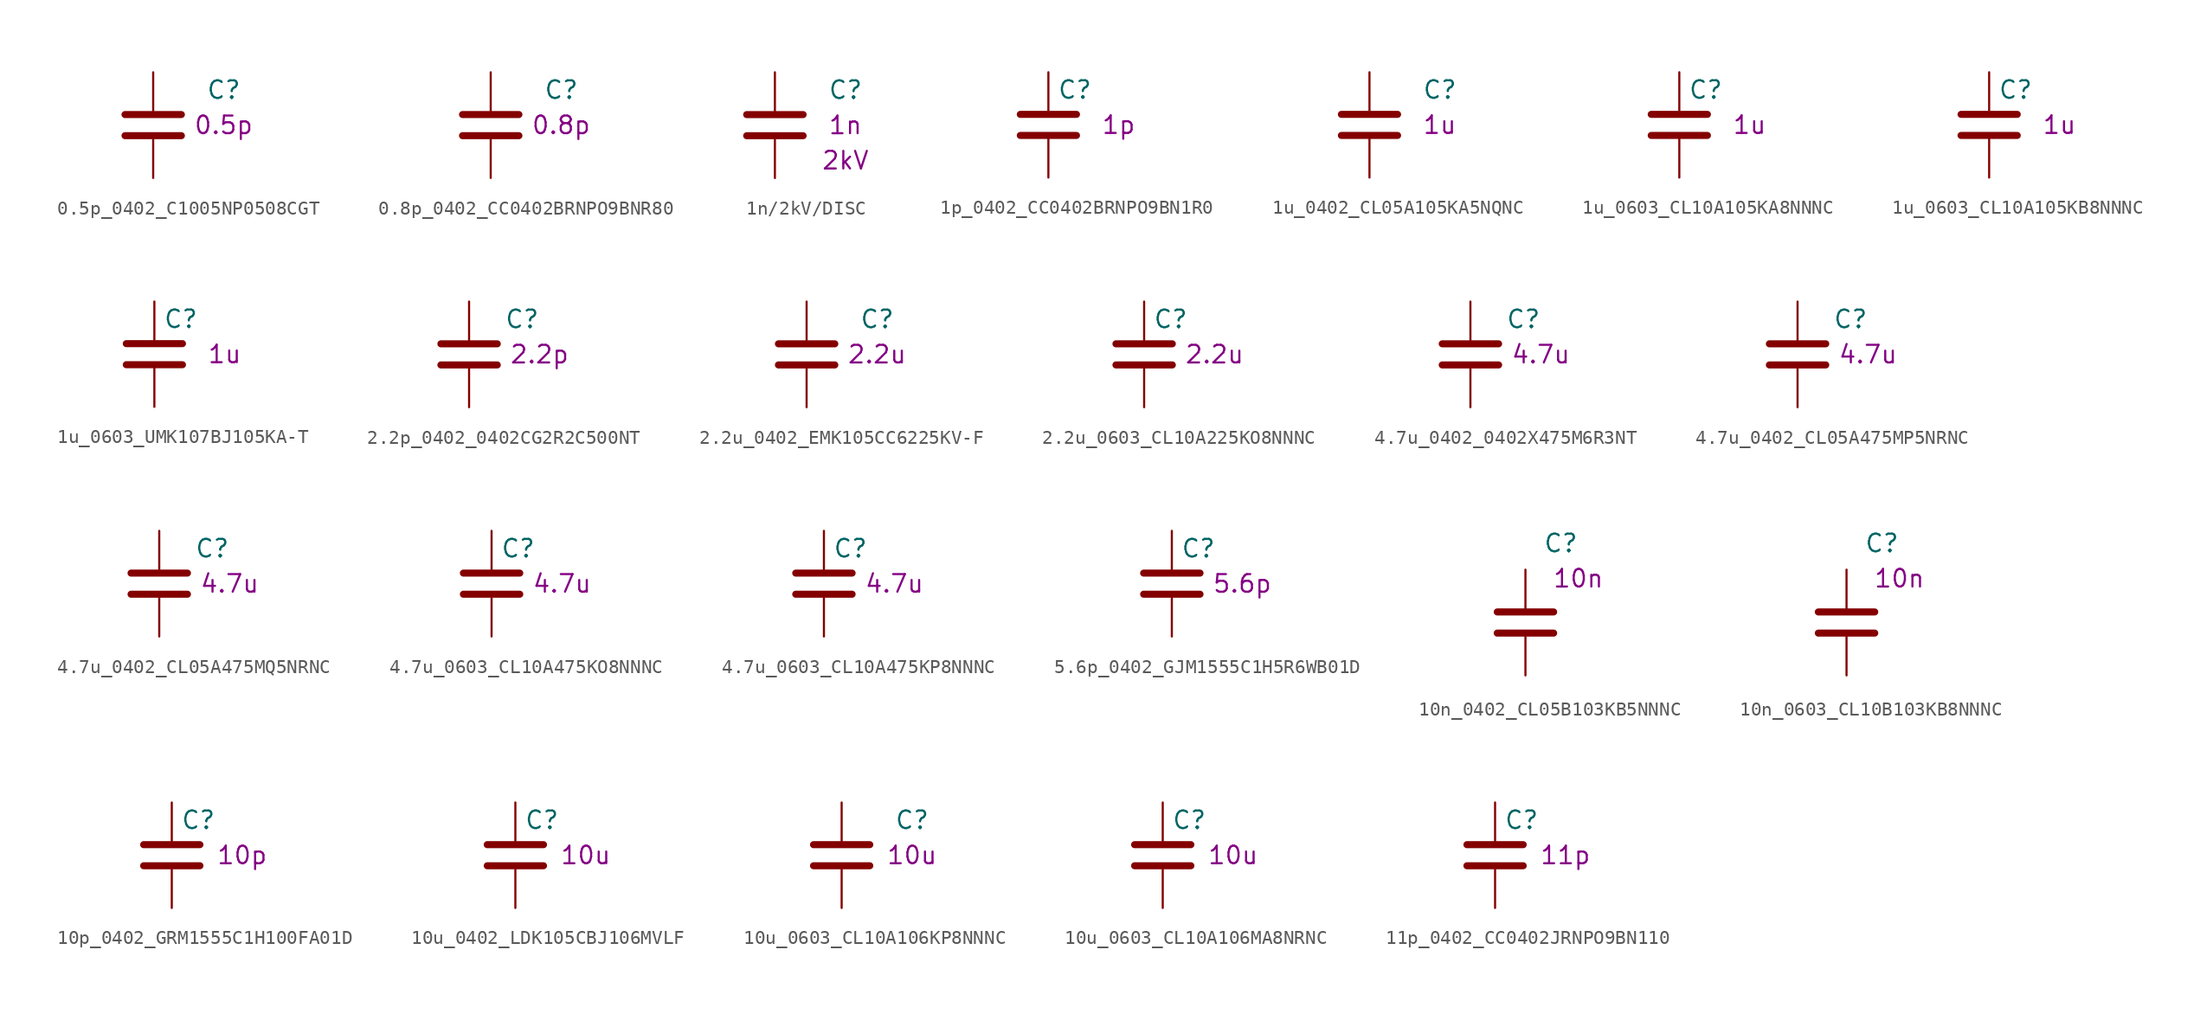
<source format=kicad_sym>
(kicad_symbol_lib
  (version 20231120)
  (generator "kicad_symbol_editor")
  (generator_version "8.0")
  (symbol "0.5p_0402_C1005NP0508CGT"
    (pin_numbers hide)
    (pin_names
      (offset 0.254))
    (property "Reference" "C"
      (at 3.81 2.54 0)
      (effects (font (size 1.27 1.27)) (justify left)))
    (property "UserValue" "0.5p"
      (at 5.08 0 0)
      (effects (font (size 1.27 1.27))))
    (symbol "0.5p_0402_C1005NP0508CGT_0_1"
      (polyline (pts (xy -2.032 -0.762) (xy 2.032 -0.762)) (stroke (width 0.508) (type default)) (fill (type none)))
      (polyline (pts (xy -2.032 0.762) (xy 2.032 0.762)) (stroke (width 0.508) (type default)) (fill (type none))))
    (symbol "0.5p_0402_C1005NP0508CGT_1_1"
      (pin passive line (at 0 3.81 270) (length 2.794) (name "~" (effects (font (size 1.27 1.27)))) (number "1" (effects (font (size 1.27 1.27)))))
      (pin passive line (at 0 -3.81 90) (length 2.794) (name "~" (effects (font (size 1.27 1.27)))) (number "2" (effects (font (size 1.27 1.27)))))))
  (symbol "0.8p_0402_CC0402BRNPO9BNR80"
    (pin_numbers hide)
    (pin_names
      (offset 0.254))
    (property "Reference" "C"
      (at 3.81 2.54 0)
      (effects (font (size 1.27 1.27)) (justify left)))
    (property "UserValue" "0.8p"
      (at 5.08 0 0)
      (effects (font (size 1.27 1.27))))
    (symbol "0.8p_0402_CC0402BRNPO9BNR80_0_1"
      (polyline (pts (xy -2.032 -0.762) (xy 2.032 -0.762)) (stroke (width 0.508) (type default)) (fill (type none)))
      (polyline (pts (xy -2.032 0.762) (xy 2.032 0.762)) (stroke (width 0.508) (type default)) (fill (type none))))
    (symbol "0.8p_0402_CC0402BRNPO9BNR80_1_1"
      (pin passive line (at 0 3.81 270) (length 2.794) (name "~" (effects (font (size 1.27 1.27)))) (number "1" (effects (font (size 1.27 1.27)))))
      (pin passive line (at 0 -3.81 90) (length 2.794) (name "~" (effects (font (size 1.27 1.27)))) (number "2" (effects (font (size 1.27 1.27)))))))
  (symbol "1n/2kV/DISC"
    (pin_numbers hide)
    (pin_names
      (offset 0.254))
    (property "Reference" "C"
      (at 3.81 2.54 0)
      (effects (font (size 1.27 1.27)) (justify left)))
    (property "UserValue" "1n"
      (at 5.08 0 0)
      (effects (font (size 1.27 1.27))))
    (property "Rating" "2kV"
      (at 5.08 -2.54 0)
      (effects (font (size 1.27 1.27))))
    (symbol "1n/2kV/DISC_0_1"
      (polyline (pts (xy -2.032 -0.762) (xy 2.032 -0.762)) (stroke (width 0.508) (type default)) (fill (type none)))
      (polyline (pts (xy -2.032 0.762) (xy 2.032 0.762)) (stroke (width 0.508) (type default)) (fill (type none))))
    (symbol "1n/2kV/DISC_1_1"
      (pin passive line (at 0 3.81 270) (length 2.794) (name "~" (effects (font (size 1.27 1.27)))) (number "1" (effects (font (size 1.27 1.27)))))
      (pin passive line (at 0 -3.81 90) (length 2.794) (name "~" (effects (font (size 1.27 1.27)))) (number "2" (effects (font (size 1.27 1.27)))))))
  (symbol "1p_0402_CC0402BRNPO9BN1R0"
    (pin_numbers hide)
    (pin_names
      (offset 0.254))
    (property "Reference" "C"
      (at 0.635 2.54 0)
      (effects (font (size 1.27 1.27)) (justify left)))
    (property "UserValue" "1p"
      (at 5.08 0 0)
      (effects (font (size 1.27 1.27))))
    (symbol "1p_0402_CC0402BRNPO9BN1R0_0_1"
      (polyline (pts (xy -2.032 -0.762) (xy 2.032 -0.762)) (stroke (width 0.508) (type default)) (fill (type none)))
      (polyline (pts (xy -2.032 0.762) (xy 2.032 0.762)) (stroke (width 0.508) (type default)) (fill (type none))))
    (symbol "1p_0402_CC0402BRNPO9BN1R0_1_1"
      (pin passive line (at 0 3.81 270) (length 2.794) (name "~" (effects (font (size 1.27 1.27)))) (number "1" (effects (font (size 1.27 1.27)))))
      (pin passive line (at 0 -3.81 90) (length 2.794) (name "~" (effects (font (size 1.27 1.27)))) (number "2" (effects (font (size 1.27 1.27)))))))
  (symbol "1u_0402_CL05A105KA5NQNC"
    (pin_numbers hide)
    (pin_names
      (offset 0.254))
    (property "Reference" "C"
      (at 3.81 2.54 0)
      (effects (font (size 1.27 1.27)) (justify left)))
    (property "UserValue" "1u"
      (at 5.08 0 0)
      (effects (font (size 1.27 1.27))))
    (symbol "1u_0402_CL05A105KA5NQNC_0_1"
      (polyline (pts (xy -2.032 -0.762) (xy 2.032 -0.762)) (stroke (width 0.508) (type default)) (fill (type none)))
      (polyline (pts (xy -2.032 0.762) (xy 2.032 0.762)) (stroke (width 0.508) (type default)) (fill (type none))))
    (symbol "1u_0402_CL05A105KA5NQNC_1_1"
      (pin passive line (at 0 3.81 270) (length 2.794) (name "~" (effects (font (size 1.27 1.27)))) (number "1" (effects (font (size 1.27 1.27)))))
      (pin passive line (at 0 -3.81 90) (length 2.794) (name "~" (effects (font (size 1.27 1.27)))) (number "2" (effects (font (size 1.27 1.27)))))))
  (symbol "1u_0603_CL10A105KA8NNNC"
    (pin_numbers hide)
    (pin_names
      (offset 0.254))
    (property "Reference" "C"
      (at 0.635 2.54 0)
      (effects (font (size 1.27 1.27)) (justify left)))
    (property "UserValue" "1u"
      (at 5.08 0 0)
      (effects (font (size 1.27 1.27))))
    (symbol "1u_0603_CL10A105KA8NNNC_0_1"
      (polyline (pts (xy -2.032 -0.762) (xy 2.032 -0.762)) (stroke (width 0.508) (type default)) (fill (type none)))
      (polyline (pts (xy -2.032 0.762) (xy 2.032 0.762)) (stroke (width 0.508) (type default)) (fill (type none))))
    (symbol "1u_0603_CL10A105KA8NNNC_1_1"
      (pin passive line (at 0 3.81 270) (length 2.794) (name "~" (effects (font (size 1.27 1.27)))) (number "1" (effects (font (size 1.27 1.27)))))
      (pin passive line (at 0 -3.81 90) (length 2.794) (name "~" (effects (font (size 1.27 1.27)))) (number "2" (effects (font (size 1.27 1.27)))))))
  (symbol "1u_0603_CL10A105KB8NNNC"
    (pin_numbers hide)
    (pin_names
      (offset 0.254))
    (property "Reference" "C"
      (at 0.635 2.54 0)
      (effects (font (size 1.27 1.27)) (justify left)))
    (property "UserValue" "1u"
      (at 5.08 0 0)
      (effects (font (size 1.27 1.27))))
    (symbol "1u_0603_CL10A105KB8NNNC_0_1"
      (polyline (pts (xy -2.032 -0.762) (xy 2.032 -0.762)) (stroke (width 0.508) (type default)) (fill (type none)))
      (polyline (pts (xy -2.032 0.762) (xy 2.032 0.762)) (stroke (width 0.508) (type default)) (fill (type none))))
    (symbol "1u_0603_CL10A105KB8NNNC_1_1"
      (pin passive line (at 0 3.81 270) (length 2.794) (name "~" (effects (font (size 1.27 1.27)))) (number "1" (effects (font (size 1.27 1.27)))))
      (pin passive line (at 0 -3.81 90) (length 2.794) (name "~" (effects (font (size 1.27 1.27)))) (number "2" (effects (font (size 1.27 1.27)))))))
  (symbol "1u_0603_UMK107BJ105KA-T"
    (pin_numbers hide)
    (pin_names
      (offset 0.254))
    (property "Reference" "C"
      (at 0.635 2.54 0)
      (effects (font (size 1.27 1.27)) (justify left)))
    (property "UserValue" "1u"
      (at 5.08 0 0)
      (effects (font (size 1.27 1.27))))
    (symbol "1u_0603_UMK107BJ105KA-T_0_1"
      (polyline (pts (xy -2.032 -0.762) (xy 2.032 -0.762)) (stroke (width 0.508) (type default)) (fill (type none)))
      (polyline (pts (xy -2.032 0.762) (xy 2.032 0.762)) (stroke (width 0.508) (type default)) (fill (type none))))
    (symbol "1u_0603_UMK107BJ105KA-T_1_1"
      (pin passive line (at 0 3.81 270) (length 2.794) (name "~" (effects (font (size 1.27 1.27)))) (number "1" (effects (font (size 1.27 1.27)))))
      (pin passive line (at 0 -3.81 90) (length 2.794) (name "~" (effects (font (size 1.27 1.27)))) (number "2" (effects (font (size 1.27 1.27)))))))
  (symbol "2.2p_0402_0402CG2R2C500NT"
    (pin_numbers hide)
    (pin_names
      (offset 0.254))
    (property "Reference" "C"
      (at 2.54 2.54 0)
      (effects (font (size 1.27 1.27)) (justify left)))
    (property "UserValue" "2.2p"
      (at 5.08 0 0)
      (effects (font (size 1.27 1.27))))
    (symbol "2.2p_0402_0402CG2R2C500NT_0_1"
      (polyline (pts (xy -2.032 -0.762) (xy 2.032 -0.762)) (stroke (width 0.508) (type default)) (fill (type none)))
      (polyline (pts (xy -2.032 0.762) (xy 2.032 0.762)) (stroke (width 0.508) (type default)) (fill (type none))))
    (symbol "2.2p_0402_0402CG2R2C500NT_1_1"
      (pin passive line (at 0 3.81 270) (length 2.794) (name "~" (effects (font (size 1.27 1.27)))) (number "1" (effects (font (size 1.27 1.27)))))
      (pin passive line (at 0 -3.81 90) (length 2.794) (name "~" (effects (font (size 1.27 1.27)))) (number "2" (effects (font (size 1.27 1.27)))))))
  (symbol "2.2u_0402_EMK105CC6225KV-F"
    (pin_numbers hide)
    (pin_names
      (offset 0.254))
    (property "Reference" "C"
      (at 3.81 2.54 0)
      (effects (font (size 1.27 1.27)) (justify left)))
    (property "UserValue" "2.2u"
      (at 5.08 0 0)
      (effects (font (size 1.27 1.27))))
    (symbol "2.2u_0402_EMK105CC6225KV-F_0_1"
      (polyline (pts (xy -2.032 -0.762) (xy 2.032 -0.762)) (stroke (width 0.508) (type default)) (fill (type none)))
      (polyline (pts (xy -2.032 0.762) (xy 2.032 0.762)) (stroke (width 0.508) (type default)) (fill (type none))))
    (symbol "2.2u_0402_EMK105CC6225KV-F_1_1"
      (pin passive line (at 0 3.81 270) (length 2.794) (name "~" (effects (font (size 1.27 1.27)))) (number "1" (effects (font (size 1.27 1.27)))))
      (pin passive line (at 0 -3.81 90) (length 2.794) (name "~" (effects (font (size 1.27 1.27)))) (number "2" (effects (font (size 1.27 1.27)))))))
  (symbol "2.2u_0603_CL10A225KO8NNNC"
    (pin_numbers hide)
    (pin_names
      (offset 0.254))
    (property "Reference" "C"
      (at 0.635 2.54 0)
      (effects (font (size 1.27 1.27)) (justify left)))
    (property "UserValue" "2.2u"
      (at 5.08 0 0)
      (effects (font (size 1.27 1.27))))
    (symbol "2.2u_0603_CL10A225KO8NNNC_0_1"
      (polyline (pts (xy -2.032 -0.762) (xy 2.032 -0.762)) (stroke (width 0.508) (type default)) (fill (type none)))
      (polyline (pts (xy -2.032 0.762) (xy 2.032 0.762)) (stroke (width 0.508) (type default)) (fill (type none))))
    (symbol "2.2u_0603_CL10A225KO8NNNC_1_1"
      (pin passive line (at 0 3.81 270) (length 2.794) (name "~" (effects (font (size 1.27 1.27)))) (number "1" (effects (font (size 1.27 1.27)))))
      (pin passive line (at 0 -3.81 90) (length 2.794) (name "~" (effects (font (size 1.27 1.27)))) (number "2" (effects (font (size 1.27 1.27)))))))
  (symbol "4.7u_0402_0402X475M6R3NT"
    (pin_numbers hide)
    (pin_names
      (offset 0.254))
    (property "Reference" "C"
      (at 2.54 2.54 0)
      (effects (font (size 1.27 1.27)) (justify left)))
    (property "UserValue" "4.7u"
      (at 5.08 0 0)
      (effects (font (size 1.27 1.27))))
    (symbol "4.7u_0402_0402X475M6R3NT_0_1"
      (polyline (pts (xy -2.032 -0.762) (xy 2.032 -0.762)) (stroke (width 0.508) (type default)) (fill (type none)))
      (polyline (pts (xy -2.032 0.762) (xy 2.032 0.762)) (stroke (width 0.508) (type default)) (fill (type none))))
    (symbol "4.7u_0402_0402X475M6R3NT_1_1"
      (pin passive line (at 0 3.81 270) (length 2.794) (name "~" (effects (font (size 1.27 1.27)))) (number "1" (effects (font (size 1.27 1.27)))))
      (pin passive line (at 0 -3.81 90) (length 2.794) (name "~" (effects (font (size 1.27 1.27)))) (number "2" (effects (font (size 1.27 1.27)))))))
  (symbol "4.7u_0402_CL05A475MP5NRNC"
    (pin_numbers hide)
    (pin_names
      (offset 0.254))
    (property "Reference" "C"
      (at 2.54 2.54 0)
      (effects (font (size 1.27 1.27)) (justify left)))
    (property "UserValue" "4.7u"
      (at 5.08 0 0)
      (effects (font (size 1.27 1.27))))
    (symbol "4.7u_0402_CL05A475MP5NRNC_0_1"
      (polyline (pts (xy -2.032 -0.762) (xy 2.032 -0.762)) (stroke (width 0.508) (type default)) (fill (type none)))
      (polyline (pts (xy -2.032 0.762) (xy 2.032 0.762)) (stroke (width 0.508) (type default)) (fill (type none))))
    (symbol "4.7u_0402_CL05A475MP5NRNC_1_1"
      (pin passive line (at 0 3.81 270) (length 2.794) (name "~" (effects (font (size 1.27 1.27)))) (number "1" (effects (font (size 1.27 1.27)))))
      (pin passive line (at 0 -3.81 90) (length 2.794) (name "~" (effects (font (size 1.27 1.27)))) (number "2" (effects (font (size 1.27 1.27)))))))
  (symbol "4.7u_0402_CL05A475MQ5NRNC"
    (pin_numbers hide)
    (pin_names
      (offset 0.254))
    (property "Reference" "C"
      (at 2.54 2.54 0)
      (effects (font (size 1.27 1.27)) (justify left)))
    (property "UserValue" "4.7u"
      (at 5.08 0 0)
      (effects (font (size 1.27 1.27))))
    (symbol "4.7u_0402_CL05A475MQ5NRNC_0_1"
      (polyline (pts (xy -2.032 -0.762) (xy 2.032 -0.762)) (stroke (width 0.508) (type default)) (fill (type none)))
      (polyline (pts (xy -2.032 0.762) (xy 2.032 0.762)) (stroke (width 0.508) (type default)) (fill (type none))))
    (symbol "4.7u_0402_CL05A475MQ5NRNC_1_1"
      (pin passive line (at 0 3.81 270) (length 2.794) (name "~" (effects (font (size 1.27 1.27)))) (number "1" (effects (font (size 1.27 1.27)))))
      (pin passive line (at 0 -3.81 90) (length 2.794) (name "~" (effects (font (size 1.27 1.27)))) (number "2" (effects (font (size 1.27 1.27)))))))
  (symbol "4.7u_0603_CL10A475KO8NNNC"
    (pin_numbers hide)
    (pin_names
      (offset 0.254))
    (property "Reference" "C"
      (at 0.635 2.54 0)
      (effects (font (size 1.27 1.27)) (justify left)))
    (property "UserValue" "4.7u"
      (at 5.08 0 0)
      (effects (font (size 1.27 1.27))))
    (symbol "4.7u_0603_CL10A475KO8NNNC_0_1"
      (polyline (pts (xy -2.032 -0.762) (xy 2.032 -0.762)) (stroke (width 0.508) (type default)) (fill (type none)))
      (polyline (pts (xy -2.032 0.762) (xy 2.032 0.762)) (stroke (width 0.508) (type default)) (fill (type none))))
    (symbol "4.7u_0603_CL10A475KO8NNNC_1_1"
      (pin passive line (at 0 3.81 270) (length 2.794) (name "~" (effects (font (size 1.27 1.27)))) (number "1" (effects (font (size 1.27 1.27)))))
      (pin passive line (at 0 -3.81 90) (length 2.794) (name "~" (effects (font (size 1.27 1.27)))) (number "2" (effects (font (size 1.27 1.27)))))))
  (symbol "4.7u_0603_CL10A475KP8NNNC"
    (pin_numbers hide)
    (pin_names
      (offset 0.254))
    (property "Reference" "C"
      (at 0.635 2.54 0)
      (effects (font (size 1.27 1.27)) (justify left)))
    (property "UserValue" "4.7u"
      (at 5.08 0 0)
      (effects (font (size 1.27 1.27))))
    (symbol "4.7u_0603_CL10A475KP8NNNC_0_1"
      (polyline (pts (xy -2.032 -0.762) (xy 2.032 -0.762)) (stroke (width 0.508) (type default)) (fill (type none)))
      (polyline (pts (xy -2.032 0.762) (xy 2.032 0.762)) (stroke (width 0.508) (type default)) (fill (type none))))
    (symbol "4.7u_0603_CL10A475KP8NNNC_1_1"
      (pin passive line (at 0 3.81 270) (length 2.794) (name "~" (effects (font (size 1.27 1.27)))) (number "1" (effects (font (size 1.27 1.27)))))
      (pin passive line (at 0 -3.81 90) (length 2.794) (name "~" (effects (font (size 1.27 1.27)))) (number "2" (effects (font (size 1.27 1.27)))))))
  (symbol "5.6p_0402_GJM1555C1H5R6WB01D"
    (pin_numbers hide)
    (pin_names
      (offset 0.254))
    (property "Reference" "C"
      (at 0.635 2.54 0)
      (effects (font (size 1.27 1.27)) (justify left)))
    (property "UserValue" "5.6p"
      (at 5.08 0 0)
      (effects (font (size 1.27 1.27))))
    (symbol "5.6p_0402_GJM1555C1H5R6WB01D_0_1"
      (polyline (pts (xy -2.032 -0.762) (xy 2.032 -0.762)) (stroke (width 0.508) (type default)) (fill (type none)))
      (polyline (pts (xy -2.032 0.762) (xy 2.032 0.762)) (stroke (width 0.508) (type default)) (fill (type none))))
    (symbol "5.6p_0402_GJM1555C1H5R6WB01D_1_1"
      (pin passive line (at 0 3.81 270) (length 2.794) (name "~" (effects (font (size 1.27 1.27)))) (number "1" (effects (font (size 1.27 1.27)))))
      (pin passive line (at 0 -3.81 90) (length 2.794) (name "~" (effects (font (size 1.27 1.27)))) (number "2" (effects (font (size 1.27 1.27)))))))
  (symbol "10n_0402_CL05B103KB5NNNC"
    (pin_numbers hide)
    (pin_names
      (offset 0.254))
    (property "Reference" "C"
      (at 1.27 5.715 0)
      (effects (font (size 1.27 1.27)) (justify left)))
    (property "UserValue" "10n"
      (at 3.81 3.175 0)
      (effects (font (size 1.27 1.27))))
    (symbol "10n_0402_CL05B103KB5NNNC_0_1"
      (polyline (pts (xy -2.032 -0.762) (xy 2.032 -0.762)) (stroke (width 0.508) (type default)) (fill (type none)))
      (polyline (pts (xy -2.032 0.762) (xy 2.032 0.762)) (stroke (width 0.508) (type default)) (fill (type none))))
    (symbol "10n_0402_CL05B103KB5NNNC_1_1"
      (pin passive line (at 0 3.81 270) (length 2.794) (name "~" (effects (font (size 1.27 1.27)))) (number "1" (effects (font (size 1.27 1.27)))))
      (pin passive line (at 0 -3.81 90) (length 2.794) (name "~" (effects (font (size 1.27 1.27)))) (number "2" (effects (font (size 1.27 1.27)))))))
  (symbol "10n_0603_CL10B103KB8NNNC"
    (pin_numbers hide)
    (pin_names
      (offset 0.254))
    (property "Reference" "C"
      (at 1.27 5.715 0)
      (effects (font (size 1.27 1.27)) (justify left)))
    (property "UserValue" "10n"
      (at 3.81 3.175 0)
      (effects (font (size 1.27 1.27))))
    (symbol "10n_0603_CL10B103KB8NNNC_0_1"
      (polyline (pts (xy -2.032 -0.762) (xy 2.032 -0.762)) (stroke (width 0.508) (type default)) (fill (type none)))
      (polyline (pts (xy -2.032 0.762) (xy 2.032 0.762)) (stroke (width 0.508) (type default)) (fill (type none))))
    (symbol "10n_0603_CL10B103KB8NNNC_1_1"
      (pin passive line (at 0 3.81 270) (length 2.794) (name "~" (effects (font (size 1.27 1.27)))) (number "1" (effects (font (size 1.27 1.27)))))
      (pin passive line (at 0 -3.81 90) (length 2.794) (name "~" (effects (font (size 1.27 1.27)))) (number "2" (effects (font (size 1.27 1.27)))))))
  (symbol "10p_0402_GRM1555C1H100FA01D"
    (pin_numbers hide)
    (pin_names
      (offset 0.254))
    (property "Reference" "C"
      (at 0.635 2.54 0)
      (effects (font (size 1.27 1.27)) (justify left)))
    (property "UserValue" "10p"
      (at 5.08 0 0)
      (effects (font (size 1.27 1.27))))
    (symbol "10p_0402_GRM1555C1H100FA01D_0_1"
      (polyline (pts (xy -2.032 -0.762) (xy 2.032 -0.762)) (stroke (width 0.508) (type default)) (fill (type none)))
      (polyline (pts (xy -2.032 0.762) (xy 2.032 0.762)) (stroke (width 0.508) (type default)) (fill (type none))))
    (symbol "10p_0402_GRM1555C1H100FA01D_1_1"
      (pin passive line (at 0 3.81 270) (length 2.794) (name "~" (effects (font (size 1.27 1.27)))) (number "1" (effects (font (size 1.27 1.27)))))
      (pin passive line (at 0 -3.81 90) (length 2.794) (name "~" (effects (font (size 1.27 1.27)))) (number "2" (effects (font (size 1.27 1.27)))))))
  (symbol "10u_0402_LDK105CBJ106MVLF"
    (pin_numbers hide)
    (pin_names
      (offset 0.254))
    (property "Reference" "C"
      (at 0.635 2.54 0)
      (effects (font (size 1.27 1.27)) (justify left)))
    (property "UserValue" "10u"
      (at 5.08 0 0)
      (effects (font (size 1.27 1.27))))
    (symbol "10u_0402_LDK105CBJ106MVLF_0_1"
      (polyline (pts (xy -2.032 -0.762) (xy 2.032 -0.762)) (stroke (width 0.508) (type default)) (fill (type none)))
      (polyline (pts (xy -2.032 0.762) (xy 2.032 0.762)) (stroke (width 0.508) (type default)) (fill (type none))))
    (symbol "10u_0402_LDK105CBJ106MVLF_1_1"
      (pin passive line (at 0 3.81 270) (length 2.794) (name "~" (effects (font (size 1.27 1.27)))) (number "1" (effects (font (size 1.27 1.27)))))
      (pin passive line (at 0 -3.81 90) (length 2.794) (name "~" (effects (font (size 1.27 1.27)))) (number "2" (effects (font (size 1.27 1.27)))))))
  (symbol "10u_0603_CL10A106KP8NNNC"
    (pin_numbers hide)
    (pin_names
      (offset 0.254))
    (property "Reference" "C"
      (at 3.81 2.54 0)
      (effects (font (size 1.27 1.27)) (justify left)))
    (property "UserValue" "10u"
      (at 5.08 0 0)
      (effects (font (size 1.27 1.27))))
    (symbol "10u_0603_CL10A106KP8NNNC_0_1"
      (polyline (pts (xy -2.032 -0.762) (xy 2.032 -0.762)) (stroke (width 0.508) (type default)) (fill (type none)))
      (polyline (pts (xy -2.032 0.762) (xy 2.032 0.762)) (stroke (width 0.508) (type default)) (fill (type none))))
    (symbol "10u_0603_CL10A106KP8NNNC_1_1"
      (pin passive line (at 0 3.81 270) (length 2.794) (name "~" (effects (font (size 1.27 1.27)))) (number "1" (effects (font (size 1.27 1.27)))))
      (pin passive line (at 0 -3.81 90) (length 2.794) (name "~" (effects (font (size 1.27 1.27)))) (number "2" (effects (font (size 1.27 1.27)))))))
  (symbol "10u_0603_CL10A106MA8NRNC"
    (pin_numbers hide)
    (pin_names
      (offset 0.254))
    (property "Reference" "C"
      (at 0.635 2.54 0)
      (effects (font (size 1.27 1.27)) (justify left)))
    (property "UserValue" "10u"
      (at 5.08 0 0)
      (effects (font (size 1.27 1.27))))
    (symbol "10u_0603_CL10A106MA8NRNC_0_1"
      (polyline (pts (xy -2.032 -0.762) (xy 2.032 -0.762)) (stroke (width 0.508) (type default)) (fill (type none)))
      (polyline (pts (xy -2.032 0.762) (xy 2.032 0.762)) (stroke (width 0.508) (type default)) (fill (type none))))
    (symbol "10u_0603_CL10A106MA8NRNC_1_1"
      (pin passive line (at 0 3.81 270) (length 2.794) (name "~" (effects (font (size 1.27 1.27)))) (number "1" (effects (font (size 1.27 1.27)))))
      (pin passive line (at 0 -3.81 90) (length 2.794) (name "~" (effects (font (size 1.27 1.27)))) (number "2" (effects (font (size 1.27 1.27)))))))
  (symbol "11p_0402_CC0402JRNPO9BN110"
    (pin_numbers hide)
    (pin_names
      (offset 0.254))
    (property "Reference" "C"
      (at 0.635 2.54 0)
      (effects (font (size 1.27 1.27)) (justify left)))
    (property "UserValue" "11p"
      (at 5.08 0 0)
      (effects (font (size 1.27 1.27))))
    (symbol "11p_0402_CC0402JRNPO9BN110_0_1"
      (polyline (pts (xy -2.032 -0.762) (xy 2.032 -0.762)) (stroke (width 0.508) (type default)) (fill (type none)))
      (polyline (pts (xy -2.032 0.762) (xy 2.032 0.762)) (stroke (width 0.508) (type default)) (fill (type none))))
    (symbol "11p_0402_CC0402JRNPO9BN110_1_1"
      (pin passive line (at 0 3.81 270) (length 2.794) (name "~" (effects (font (size 1.27 1.27)))) (number "1" (effects (font (size 1.27 1.27)))))
      (pin passive line (at 0 -3.81 90) (length 2.794) (name "~" (effects (font (size 1.27 1.27)))) (number "2" (effects (font (size 1.27 1.27))))))))
</source>
